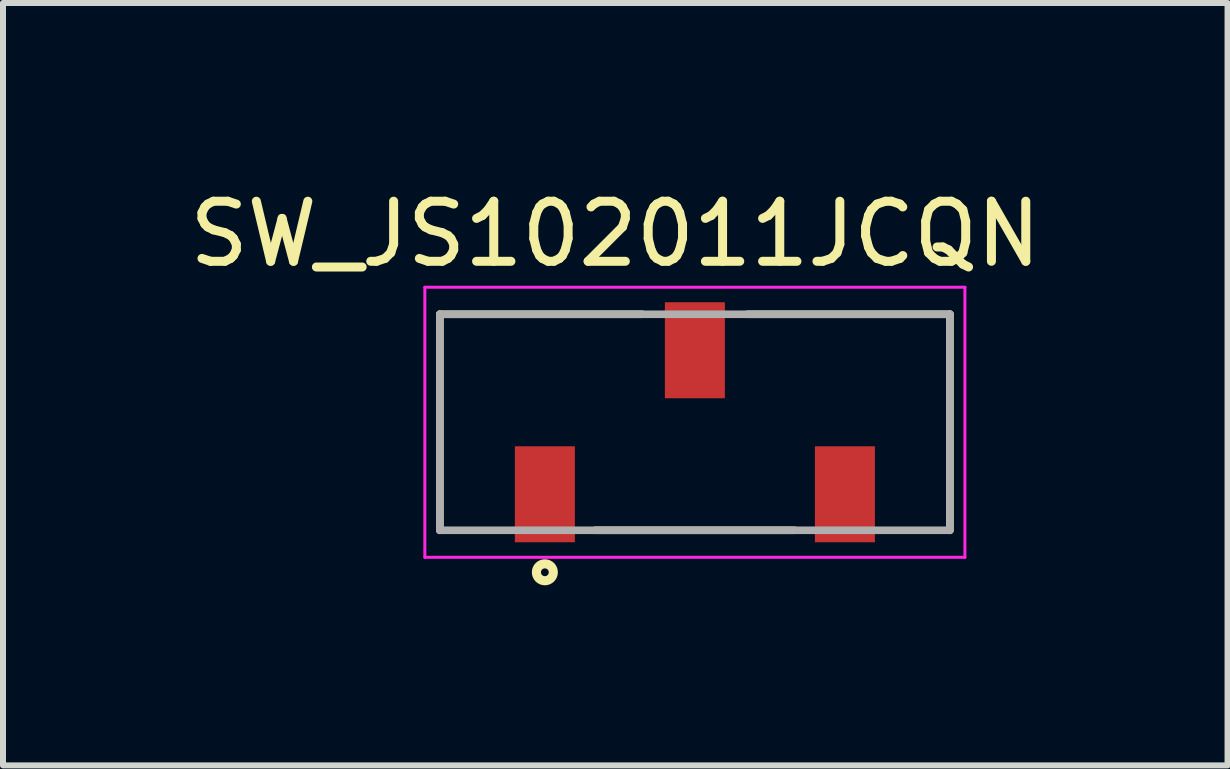
<source format=kicad_pcb>
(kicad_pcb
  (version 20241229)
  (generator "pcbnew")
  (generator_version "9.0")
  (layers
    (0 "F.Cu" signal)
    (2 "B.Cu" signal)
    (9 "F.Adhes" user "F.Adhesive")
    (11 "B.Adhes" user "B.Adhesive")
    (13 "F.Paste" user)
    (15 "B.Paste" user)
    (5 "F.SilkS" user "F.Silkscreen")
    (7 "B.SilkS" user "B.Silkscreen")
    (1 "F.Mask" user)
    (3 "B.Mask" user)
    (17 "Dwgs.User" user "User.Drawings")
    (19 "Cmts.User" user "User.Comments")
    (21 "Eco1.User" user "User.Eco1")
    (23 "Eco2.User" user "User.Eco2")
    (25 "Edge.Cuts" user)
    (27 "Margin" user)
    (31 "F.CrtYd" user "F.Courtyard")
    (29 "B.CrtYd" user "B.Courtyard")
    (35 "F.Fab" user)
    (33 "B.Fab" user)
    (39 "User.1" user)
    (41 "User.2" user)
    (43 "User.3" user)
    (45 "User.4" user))
  (footprint "SW_JS102011JCQN"
    (layer "F.Cu")
    (at 8.53 3.987)
    (property "Reference" "SW_JS102011JCQN" (at -1.326 -3.138 0) (layer "F.SilkS") (effects (font (size 1.001 1.001) (thickness 0.15))))
    (attr smd)
    (fp_line (start -4.25 -1.8) (end -0.88 -1.8) (stroke (width 0.127) (type solid)) (layer "F.SilkS"))
    (fp_line (start -4.25 1.8) (end -4.25 -1.8) (stroke (width 0.127) (type solid)) (layer "F.SilkS"))
    (fp_line (start 0.88 -1.8) (end 4.25 -1.8) (stroke (width 0.127) (type solid)) (layer "F.SilkS"))
    (fp_line (start 1.66 1.8) (end -1.66 1.8) (stroke (width 0.127) (type solid)) (layer "F.SilkS"))
    (fp_line (start 4.25 -1.8) (end 4.25 1.8) (stroke (width 0.127) (type solid)) (layer "F.SilkS"))
    (fp_circle (center -2.5 2.5) (end -2.359 2.5) (stroke (width 0.152) (type solid)) (fill no) (layer "F.SilkS"))
    (fp_line (start -4.5 -2.25) (end 4.5 -2.25) (stroke (width 0.05) (type solid)) (layer "F.CrtYd"))
    (fp_line (start -4.5 2.25) (end -4.5 -2.25) (stroke (width 0.05) (type solid)) (layer "F.CrtYd"))
    (fp_line (start 4.5 -2.25) (end 4.5 2.25) (stroke (width 0.05) (type solid)) (layer "F.CrtYd"))
    (fp_line (start 4.5 2.25) (end -4.5 2.25) (stroke (width 0.05) (type solid)) (layer "F.CrtYd"))
    (fp_line (start -4.25 -1.8) (end 4.25 -1.8) (stroke (width 0.127) (type solid)) (layer "F.Fab"))
    (fp_line (start -4.25 1.8) (end -4.25 -1.8) (stroke (width 0.127) (type solid)) (layer "F.Fab"))
    (fp_line (start 4.25 -1.8) (end 4.25 1.8) (stroke (width 0.127) (type solid)) (layer "F.Fab"))
    (fp_line (start 4.25 1.8) (end -4.25 1.8) (stroke (width 0.127) (type solid)) (layer "F.Fab"))
    (pad "1" smd rect (at -2.5 1.2) (size 1 1.6) (layers "F.Cu" "F.Mask" "F.Paste"))
    (pad "2" smd rect (at 0 -1.2) (size 1 1.6) (layers "F.Cu" "F.Mask" "F.Paste"))
    (pad "3" smd rect (at 2.5 1.2) (size 1 1.6) (layers "F.Cu" "F.Mask" "F.Paste")))
  (gr_rect
    (start -3 -3)
    (end 17.407 9.705)
    (stroke (width 0.1) (type default))
    (fill no)
    (layer "Edge.Cuts")))
</source>
